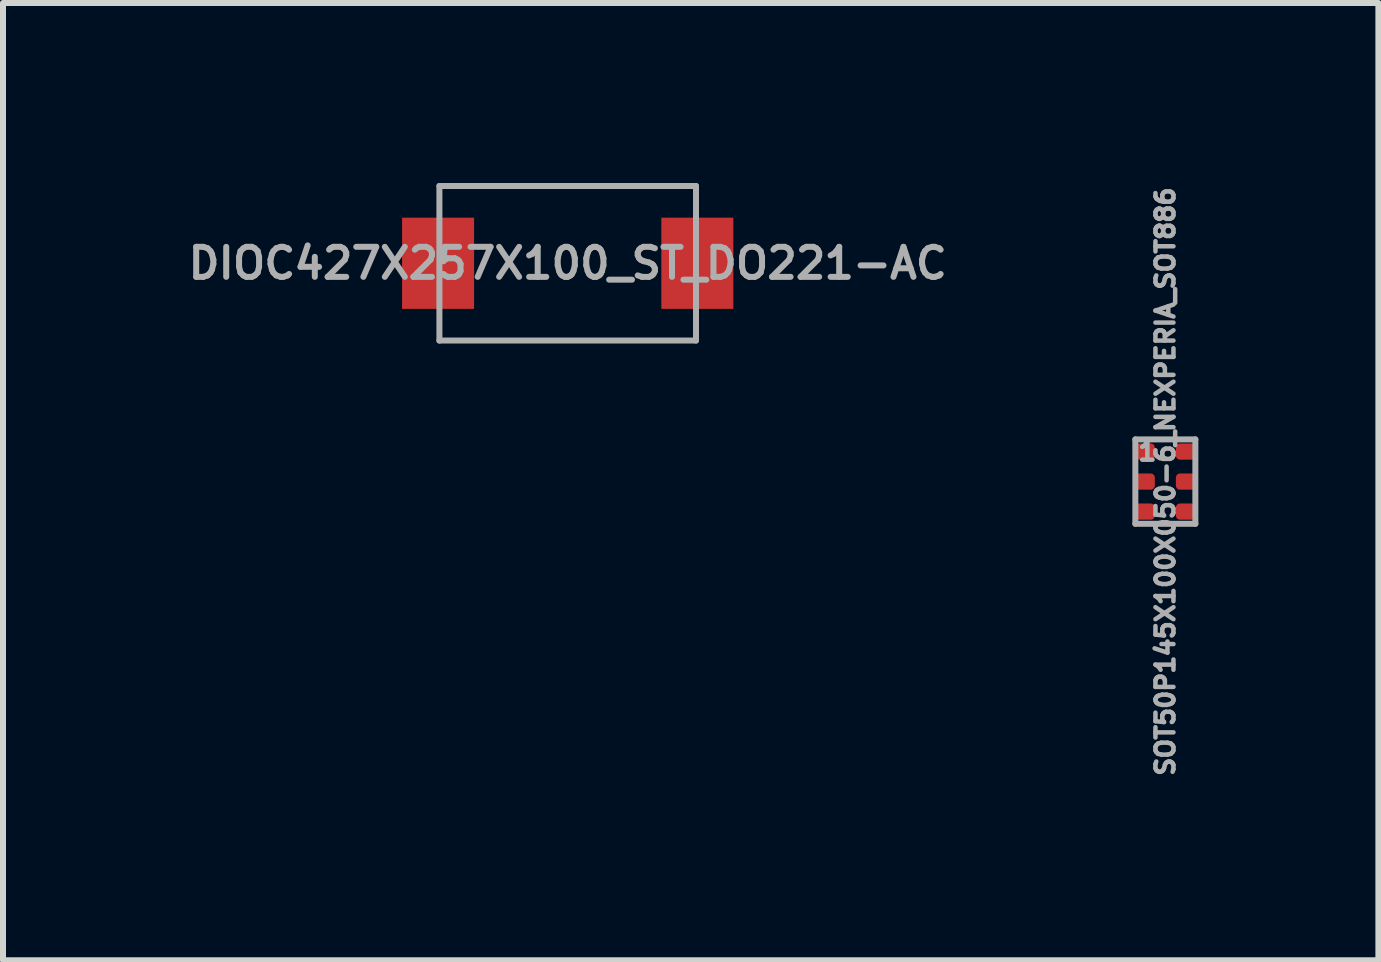
<source format=kicad_pcb>
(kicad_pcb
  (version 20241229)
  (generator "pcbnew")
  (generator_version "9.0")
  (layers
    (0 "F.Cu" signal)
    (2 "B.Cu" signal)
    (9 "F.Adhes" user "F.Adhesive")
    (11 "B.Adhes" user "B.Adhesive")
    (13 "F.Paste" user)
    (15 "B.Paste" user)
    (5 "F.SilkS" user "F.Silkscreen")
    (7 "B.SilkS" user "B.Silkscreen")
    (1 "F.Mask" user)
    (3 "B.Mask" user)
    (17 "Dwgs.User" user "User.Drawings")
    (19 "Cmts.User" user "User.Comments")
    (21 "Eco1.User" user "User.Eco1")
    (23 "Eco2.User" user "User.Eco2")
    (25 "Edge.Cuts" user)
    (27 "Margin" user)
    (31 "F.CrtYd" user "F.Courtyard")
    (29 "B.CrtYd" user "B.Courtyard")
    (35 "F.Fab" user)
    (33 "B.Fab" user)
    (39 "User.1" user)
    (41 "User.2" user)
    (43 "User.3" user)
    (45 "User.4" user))
  (footprint "SOT50P145X100X050-6_NEXPERIA_SOT886"
    (layer "F.Cu")
    (at 16.369 4.975)
    (property "Reference" "SOT50P145X100X050-6_NEXPERIA_SOT886" (at 0 0 90) (layer "F.Fab") (effects (font (size 0.3 0.3) (thickness 0.075))))
    (attr through_hole)
    (fp_line (start -0.5 -0.703) (end 0.5 -0.703) (stroke (width 0.1) (type solid)) (layer "F.Fab"))
    (fp_line (start -0.5 0.703) (end -0.5 -0.703) (stroke (width 0.1) (type solid)) (layer "F.Fab"))
    (fp_line (start 0.5 -0.703) (end 0.5 0.703) (stroke (width 0.1) (type solid)) (layer "F.Fab"))
    (fp_line (start 0.5 0.703) (end -0.5 0.703) (stroke (width 0.1) (type solid)) (layer "F.Fab"))
    (fp_text user "1" (at -0.3 -0.5 0) (layer "F.Fab") (effects (font (size 0.3 0.3) (thickness 0.075))))
    (pad "1" smd roundrect (at -0.338 -0.5) (size 0.325 0.27) (layers "F.Cu" "F.Mask" "F.Paste") (roundrect_rratio 0.25))
    (pad "2" smd roundrect (at -0.338 0) (size 0.325 0.27) (layers "F.Cu" "F.Mask" "F.Paste") (roundrect_rratio 0.25))
    (pad "3" smd roundrect (at -0.338 0.5) (size 0.325 0.27) (layers "F.Cu" "F.Mask" "F.Paste") (roundrect_rratio 0.25))
    (pad "4" smd roundrect (at 0.338 0.5) (size 0.325 0.27) (layers "F.Cu" "F.Mask" "F.Paste") (roundrect_rratio 0.25))
    (pad "5" smd roundrect (at 0.338 0) (size 0.325 0.27) (layers "F.Cu" "F.Mask" "F.Paste") (roundrect_rratio 0.25))
    (pad "6" smd roundrect (at 0.338 -0.5) (size 0.325 0.27) (layers "F.Cu" "F.Mask" "F.Paste") (roundrect_rratio 0.25)))
  (footprint "DIOC427X257X100_ST_DO221-AC"
    (layer "F.Cu")
    (at 6.41 1.337)
    (property "Reference" "DIOC427X257X100_ST_DO221-AC" (at 0 0 0) (layer "F.Fab") (effects (font (size 0.5 0.5) (thickness 0.1))))
    (attr through_hole)
    (fp_line (start -2.138 -1.288) (end 2.138 -1.288) (stroke (width 0.1) (type solid)) (layer "F.Fab"))
    (fp_line (start -2.138 1.288) (end -2.138 -1.288) (stroke (width 0.1) (type solid)) (layer "F.Fab"))
    (fp_line (start 2.138 -1.288) (end 2.138 1.288) (stroke (width 0.1) (type solid)) (layer "F.Fab"))
    (fp_line (start 2.138 1.288) (end -2.138 1.288) (stroke (width 0.1) (type solid)) (layer "F.Fab"))
    (pad "1" smd rect (at -2.16 0) (size 1.2 1.52) (layers "F.Cu" "F.Mask" "F.Paste"))
    (pad "2" smd rect (at 2.16 0) (size 1.2 1.52) (layers "F.Cu" "F.Mask" "F.Paste")))
  (gr_rect
    (start -3 -3)
    (end 19.919 12.951)
    (stroke (width 0.1) (type default))
    (fill no)
    (layer "Edge.Cuts")))
</source>
